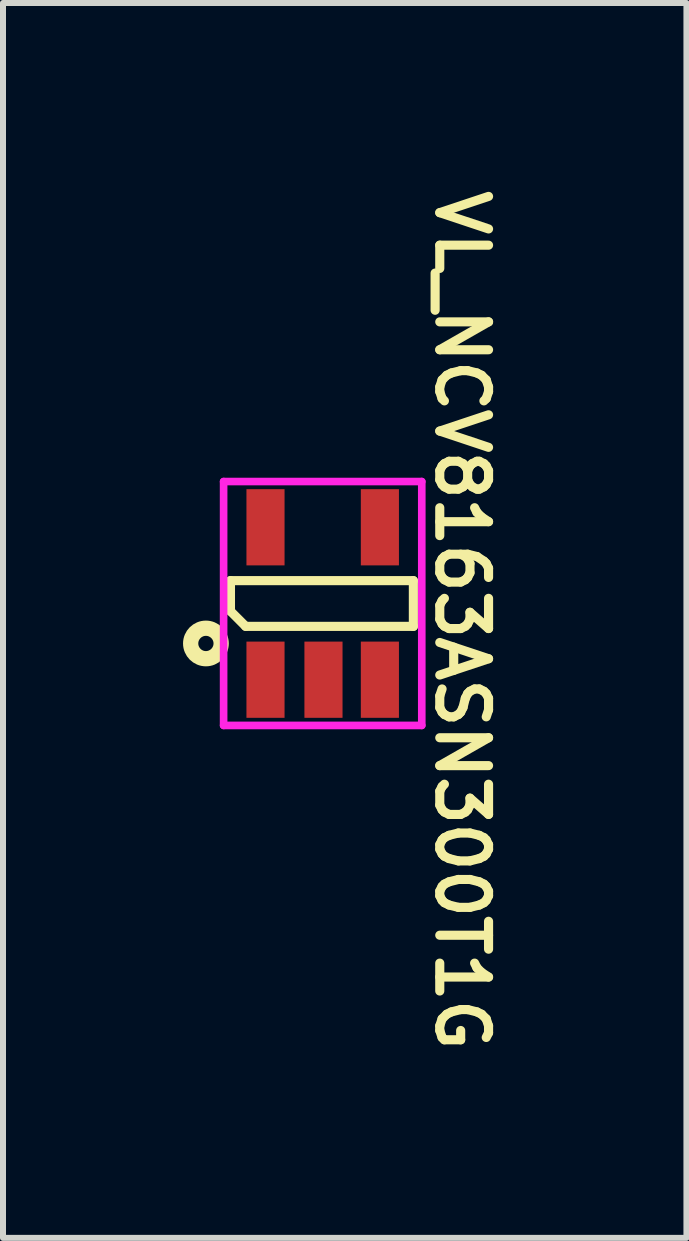
<source format=kicad_pcb>
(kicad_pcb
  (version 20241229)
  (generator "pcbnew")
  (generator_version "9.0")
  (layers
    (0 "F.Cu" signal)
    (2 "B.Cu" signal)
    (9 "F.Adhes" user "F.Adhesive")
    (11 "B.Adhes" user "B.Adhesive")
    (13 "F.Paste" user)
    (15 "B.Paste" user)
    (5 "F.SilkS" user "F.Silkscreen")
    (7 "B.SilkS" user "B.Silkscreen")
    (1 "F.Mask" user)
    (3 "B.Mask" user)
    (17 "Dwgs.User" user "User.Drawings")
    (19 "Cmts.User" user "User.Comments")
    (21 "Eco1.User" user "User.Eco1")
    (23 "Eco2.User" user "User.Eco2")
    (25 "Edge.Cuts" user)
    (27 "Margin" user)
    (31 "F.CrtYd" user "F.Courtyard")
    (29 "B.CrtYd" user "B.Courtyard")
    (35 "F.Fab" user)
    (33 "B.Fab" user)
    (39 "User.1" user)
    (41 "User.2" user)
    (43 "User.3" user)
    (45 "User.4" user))
  (footprint "VL_NCV8163ASN300T1G"
    (layer "F.Cu")
    (at 2.327 7.006)
    (property "Reference" "VL_NCV8163ASN300T1G" (at 2.319 0.282 270) (unlocked yes) (layer "F.SilkS") (effects (font (size 0.813 0.813) (thickness 0.152))))
    (attr smd)
    (fp_line (start -1.537 -0.381) (end -1.537 0.127) (stroke (width 0.152) (type solid)) (layer "F.SilkS"))
    (fp_line (start -1.537 -0.381) (end 1.511 -0.381) (stroke (width 0.152) (type solid)) (layer "F.SilkS"))
    (fp_line (start -1.537 0.127) (end -1.283 0.381) (stroke (width 0.152) (type solid)) (layer "F.SilkS"))
    (fp_line (start -1.283 0.381) (end 1.511 0.381) (stroke (width 0.152) (type solid)) (layer "F.SilkS"))
    (fp_line (start 1.511 -0.381) (end 1.511 0.381) (stroke (width 0.152) (type solid)) (layer "F.SilkS"))
    (fp_circle (center -1.946 0.666) (end -1.692 0.666) (stroke (width 0.254) (type solid)) (fill no) (layer "F.SilkS"))
    (fp_line (start -1.651 -2.032) (end -1.651 2.032) (stroke (width 0.127) (type solid)) (layer "F.CrtYd"))
    (fp_line (start -1.651 -2.032) (end 1.651 -2.032) (stroke (width 0.127) (type solid)) (layer "F.CrtYd"))
    (fp_line (start -1.651 2.032) (end 1.651 2.032) (stroke (width 0.127) (type solid)) (layer "F.CrtYd"))
    (fp_line (start 1.651 -2.032) (end 1.651 2.032) (stroke (width 0.127) (type solid)) (layer "F.CrtYd"))
    (pad "1" smd rect (at -0.953 1.27) (size 0.635 1.27) (layers "F.Cu" "F.Mask" "F.Paste"))
    (pad "2" smd rect (at 0.013 1.27) (size 0.635 1.27) (layers "F.Cu" "F.Mask" "F.Paste"))
    (pad "3" smd rect (at 0.953 1.27) (size 0.635 1.27) (layers "F.Cu" "F.Mask" "F.Paste"))
    (pad "4" smd rect (at 0.953 -1.27) (size 0.635 1.27) (layers "F.Cu" "F.Mask" "F.Paste"))
    (pad "5" smd rect (at -0.953 -1.27) (size 0.635 1.27) (layers "F.Cu" "F.Mask" "F.Paste")))
  (gr_rect
    (start -3 -3)
    (end 8.388 17.577)
    (stroke (width 0.1) (type default))
    (fill no)
    (layer "Edge.Cuts")))
</source>
